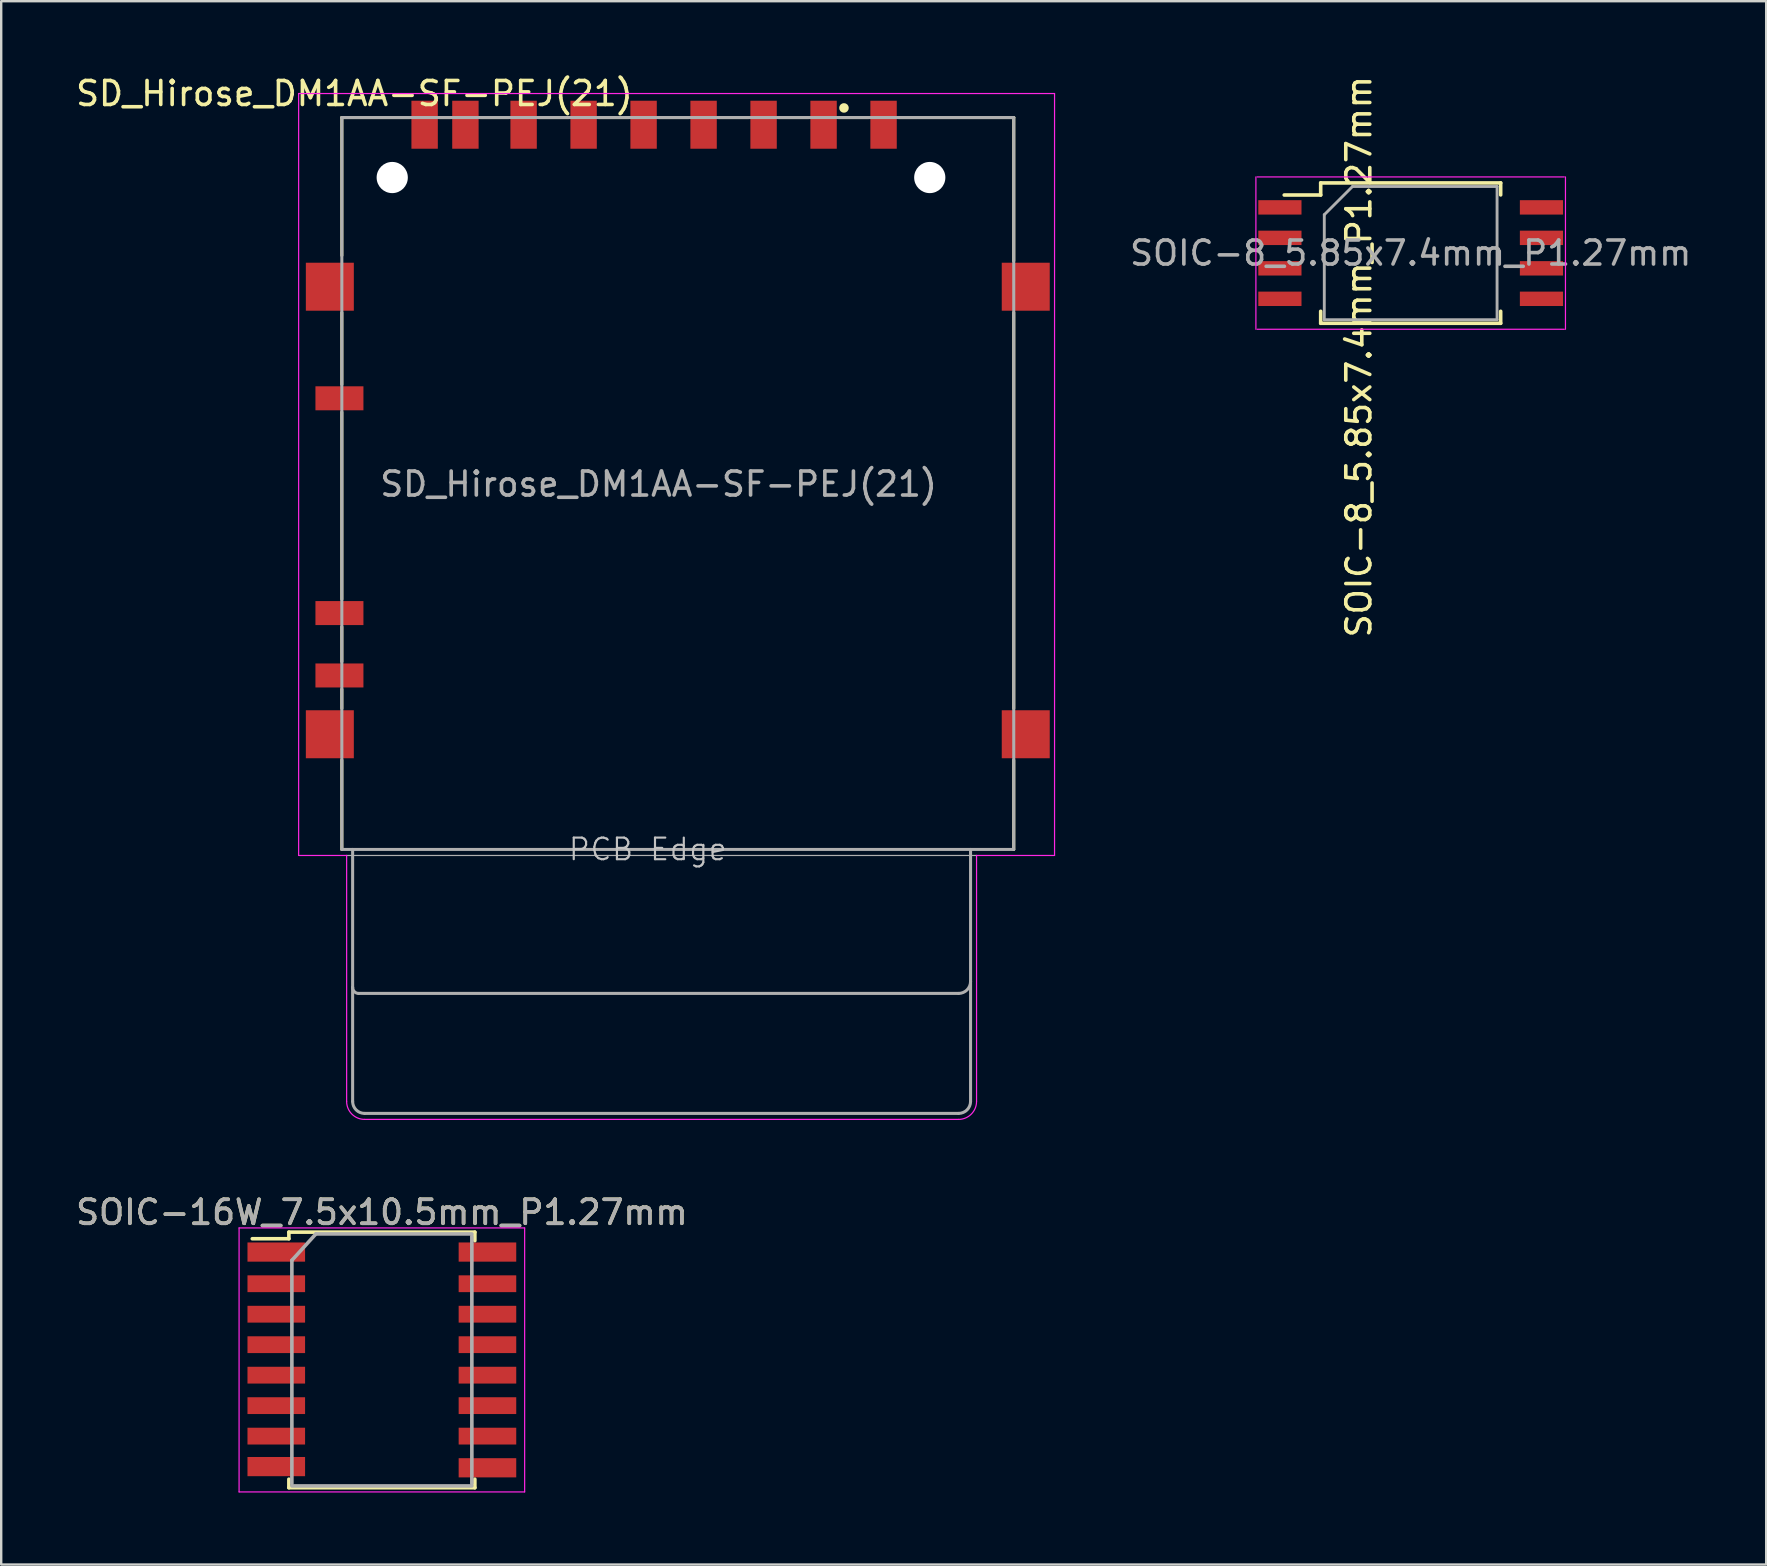
<source format=kicad_pcb>
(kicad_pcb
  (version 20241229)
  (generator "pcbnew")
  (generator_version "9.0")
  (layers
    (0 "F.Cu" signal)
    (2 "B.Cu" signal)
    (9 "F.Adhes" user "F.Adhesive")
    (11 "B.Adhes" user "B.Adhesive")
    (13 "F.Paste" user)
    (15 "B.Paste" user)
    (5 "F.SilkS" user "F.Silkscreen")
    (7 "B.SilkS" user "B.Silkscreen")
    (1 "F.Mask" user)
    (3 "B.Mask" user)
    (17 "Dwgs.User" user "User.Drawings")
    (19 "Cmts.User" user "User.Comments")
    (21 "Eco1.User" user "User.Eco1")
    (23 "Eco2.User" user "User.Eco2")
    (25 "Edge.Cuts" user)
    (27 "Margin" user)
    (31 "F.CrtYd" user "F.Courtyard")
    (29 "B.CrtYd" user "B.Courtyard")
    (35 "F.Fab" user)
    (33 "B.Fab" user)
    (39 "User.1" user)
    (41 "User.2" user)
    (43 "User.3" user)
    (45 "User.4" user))
  (footprint "SOIC-8_5.85x7.4mm_P1.27mm"
    (layer "F.Cu")
    (at 55.736 7.497)
    (property "Reference" "SOIC-8_5.85x7.4mm_P1.27mm" (at -2.159 4.318 90) (layer "F.SilkS") (effects (font (size 1 1) (thickness 0.15))))
    (attr through_hole)
    (fp_line (start -3.75 -2.925) (end -3.75 -2.42) (stroke (width 0.15) (type solid)) (layer "F.SilkS"))
    (fp_line (start -3.75 -2.925) (end 3.75 -2.925) (stroke (width 0.15) (type solid)) (layer "F.SilkS"))
    (fp_line (start -3.75 -2.42) (end -5.27 -2.42) (stroke (width 0.15) (type solid)) (layer "F.SilkS"))
    (fp_line (start -3.75 2.925) (end -3.75 2.425) (stroke (width 0.15) (type solid)) (layer "F.SilkS"))
    (fp_line (start 3.75 -2.925) (end 3.75 -2.425) (stroke (width 0.15) (type solid)) (layer "F.SilkS"))
    (fp_line (start 3.75 2.925) (end -3.75 2.925) (stroke (width 0.15) (type solid)) (layer "F.SilkS"))
    (fp_line (start 3.75 2.925) (end 3.75 2.425) (stroke (width 0.15) (type solid)) (layer "F.SilkS"))
    (fp_line (start -6.45 3.175) (end -6.45 -3.175) (stroke (width 0.05) (type solid)) (layer "F.CrtYd"))
    (fp_line (start -6.4 -3.175) (end 6.4 -3.175) (stroke (width 0.05) (type solid)) (layer "F.CrtYd"))
    (fp_line (start -6.4 3.175) (end 6.4 3.175) (stroke (width 0.05) (type solid)) (layer "F.CrtYd"))
    (fp_line (start 6.45 3.175) (end 6.45 -3.175) (stroke (width 0.05) (type solid)) (layer "F.CrtYd"))
    (fp_line (start -3.6 -1.6) (end -2.425 -2.775) (stroke (width 0.12) (type solid)) (layer "F.Fab"))
    (fp_line (start -3.6 2.775) (end -3.6 -1.6) (stroke (width 0.12) (type solid)) (layer "F.Fab"))
    (fp_line (start -2.425 -2.775) (end 3.6 -2.775) (stroke (width 0.12) (type solid)) (layer "F.Fab"))
    (fp_line (start 3.6 -2.775) (end 3.6 2.775) (stroke (width 0.12) (type solid)) (layer "F.Fab"))
    (fp_line (start 3.6 2.775) (end -3.6 2.775) (stroke (width 0.12) (type solid)) (layer "F.Fab"))
    (fp_text user "${REFERENCE}" (at 0 0 0) (layer "F.Fab") (effects (font (size 1 1) (thickness 0.15))))
    (pad "1" smd rect (at -5.45 -1.905) (size 1.8 0.6) (layers "F.Cu" "F.Mask" "F.Paste"))
    (pad "2" smd rect (at -5.45 -0.635) (size 1.8 0.6) (layers "F.Cu" "F.Mask" "F.Paste"))
    (pad "3" smd rect (at -5.45 0.635) (size 1.8 0.6) (layers "F.Cu" "F.Mask" "F.Paste"))
    (pad "4" smd rect (at -5.45 1.905) (size 1.8 0.6) (layers "F.Cu" "F.Mask" "F.Paste"))
    (pad "5" smd rect (at 5.45 1.905) (size 1.8 0.6) (layers "F.Cu" "F.Mask" "F.Paste"))
    (pad "6" smd rect (at 5.45 0.635) (size 1.8 0.6) (layers "F.Cu" "F.Mask" "F.Paste"))
    (pad "7" smd rect (at 5.45 -0.635) (size 1.8 0.6) (layers "F.Cu" "F.Mask" "F.Paste"))
    (pad "8" smd rect (at 5.45 -1.905) (size 1.8 0.6) (layers "F.Cu" "F.Mask" "F.Paste")))
  (footprint "SD_Hirose_DM1AA-SF-PEJ(21)"
    (layer "F.Cu")
    (at 24.395 17.098)
    (property "Reference" "SD_Hirose_DM1AA-SF-PEJ(21)" (at -12.675 -16.25 0) (layer "F.SilkS") (effects (font (size 1 1) (thickness 0.15))))
    (attr smd)
    (fp_line (start -13.2 -15.25) (end -10.375 -15.25) (stroke (width 0.127) (type solid)) (layer "F.SilkS"))
    (fp_line (start -13.2 -9.5) (end -13.2 -15.25) (stroke (width 0.127) (type solid)) (layer "F.SilkS"))
    (fp_line (start -13.2 -7.125) (end -13.2 -4.125) (stroke (width 0.127) (type solid)) (layer "F.SilkS"))
    (fp_line (start -13.2 -2.975) (end -13.2 4.825) (stroke (width 0.127) (type solid)) (layer "F.SilkS"))
    (fp_line (start -13.2 5.975) (end -13.2 7.425) (stroke (width 0.127) (type solid)) (layer "F.SilkS"))
    (fp_line (start -13.2 8.575) (end -13.2 9.375) (stroke (width 0.127) (type solid)) (layer "F.SilkS"))
    (fp_line (start -13.2 11.525) (end -13.2 15.25) (stroke (width 0.127) (type solid)) (layer "F.SilkS"))
    (fp_line (start -9.125 -15.25) (end -8.675 -15.25) (stroke (width 0.127) (type solid)) (layer "F.SilkS"))
    (fp_line (start -7.425 -15.25) (end -6.25 -15.25) (stroke (width 0.127) (type solid)) (layer "F.SilkS"))
    (fp_line (start -5 -15.25) (end -3.75 -15.25) (stroke (width 0.127) (type solid)) (layer "F.SilkS"))
    (fp_line (start -2.5 -15.25) (end -1.25 -15.25) (stroke (width 0.127) (type solid)) (layer "F.SilkS"))
    (fp_line (start 0 -15.25) (end 1.25 -15.25) (stroke (width 0.127) (type solid)) (layer "F.SilkS"))
    (fp_line (start 2.5 -15.25) (end 3.75 -15.25) (stroke (width 0.127) (type solid)) (layer "F.SilkS"))
    (fp_line (start 5 -15.25) (end 6.25 -15.25) (stroke (width 0.127) (type solid)) (layer "F.SilkS"))
    (fp_line (start 7.5 -15.25) (end 8.75 -15.25) (stroke (width 0.127) (type solid)) (layer "F.SilkS"))
    (fp_line (start 10 -15.25) (end 14.8 -15.25) (stroke (width 0.127) (type solid)) (layer "F.SilkS"))
    (fp_line (start 14.8 -15.25) (end 14.8 -9.275) (stroke (width 0.127) (type solid)) (layer "F.SilkS"))
    (fp_line (start 14.8 -7.125) (end 14.8 9.375) (stroke (width 0.127) (type solid)) (layer "F.SilkS"))
    (fp_line (start 14.8 11.525) (end 14.8 15.25) (stroke (width 0.127) (type solid)) (layer "F.SilkS"))
    (fp_circle (center 7.725 -15.65) (end 7.825 -15.65) (stroke (width 0.2) (type solid)) (fill no) (layer "F.SilkS"))
    (fp_line (start -15 -16.25) (end 16.5 -16.25) (stroke (width 0.05) (type solid)) (layer "F.CrtYd"))
    (fp_line (start -15 15.5) (end -15 -16.25) (stroke (width 0.05) (type solid)) (layer "F.CrtYd"))
    (fp_line (start -13 15.5) (end -15 15.5) (stroke (width 0.05) (type solid)) (layer "F.CrtYd"))
    (fp_line (start -13 15.5) (end -13 25.75) (stroke (width 0.05) (type solid)) (layer "F.CrtYd"))
    (fp_line (start -12.25 26.5) (end 12.5 26.5) (stroke (width 0.05) (type solid)) (layer "F.CrtYd"))
    (fp_line (start 13.25 25.75) (end 13.25 15.5) (stroke (width 0.05) (type solid)) (layer "F.CrtYd"))
    (fp_line (start 16.5 -16.25) (end 16.5 15.5) (stroke (width 0.05) (type solid)) (layer "F.CrtYd"))
    (fp_line (start 16.5 15.5) (end 13.25 15.5) (stroke (width 0.05) (type solid)) (layer "F.CrtYd"))
    (fp_arc (start -12.25 26.5) (mid -12.78033 26.28033) (end -13 25.75) (stroke (width 0.05) (type solid)) (layer "F.CrtYd"))
    (fp_arc (start 13.25 25.75) (mid 13.03033 26.28033) (end 12.5 26.5) (stroke (width 0.05) (type solid)) (layer "F.CrtYd"))
    (fp_line (start -13.2 -15.25) (end 14.8 -15.25) (stroke (width 0.127) (type solid)) (layer "F.Fab"))
    (fp_line (start -13.2 15.25) (end -13.2 -15.25) (stroke (width 0.127) (type solid)) (layer "F.Fab"))
    (fp_line (start -12.75 15.25) (end -12.75 21) (stroke (width 0.127) (type solid)) (layer "F.Fab"))
    (fp_line (start -12.75 25.75) (end -12.75 21) (stroke (width 0.127) (type solid)) (layer "F.Fab"))
    (fp_line (start -12.5 21.25) (end 12.5 21.25) (stroke (width 0.127) (type solid)) (layer "F.Fab"))
    (fp_line (start 12.5 26.25) (end -12.25 26.25) (stroke (width 0.127) (type solid)) (layer "F.Fab"))
    (fp_line (start 13 20.75) (end 13 15.25) (stroke (width 0.127) (type solid)) (layer "F.Fab"))
    (fp_line (start 13 20.75) (end 13 25.75) (stroke (width 0.127) (type solid)) (layer "F.Fab"))
    (fp_line (start 13.25 15.5) (end -13 15.5) (stroke (width 0.05) (type solid)) (layer "F.Fab"))
    (fp_line (start 14.8 -15.25) (end 14.8 15.25) (stroke (width 0.127) (type solid)) (layer "F.Fab"))
    (fp_line (start 14.8 15.25) (end -13.2 15.25) (stroke (width 0.127) (type solid)) (layer "F.Fab"))
    (fp_arc (start -12.5 21.25) (mid -12.676777 21.176777) (end -12.75 21) (stroke (width 0.127) (type solid)) (layer "F.Fab"))
    (fp_arc (start -12.25 26.25) (mid -12.603553 26.103553) (end -12.75 25.75) (stroke (width 0.127) (type solid)) (layer "F.Fab"))
    (fp_arc (start 13 20.75) (mid 12.853553 21.103553) (end 12.5 21.25) (stroke (width 0.127) (type solid)) (layer "F.Fab"))
    (fp_arc (start 13 25.75) (mid 12.853553 26.103553) (end 12.5 26.25) (stroke (width 0.127) (type solid)) (layer "F.Fab"))
    (fp_text user "PCB Edge" (at -0.45 15.245 180) (layer "Dwgs.User") (effects (font (size 0.9 0.9) (thickness 0.09))))
    (fp_text user "${REFERENCE}" (at 0 0.025 0) (layer "F.Fab") (effects (font (size 1 1) (thickness 0.15))))
    (pad "" np_thru_hole circle (at -11.1 -12.75) (size 1.3 1.3) (drill 1.3) (layers "*.Cu" "*.Mask"))
    (pad "" np_thru_hole circle (at 11.3 -12.75) (size 1.3 1.3) (drill 1.3) (layers "*.Cu" "*.Mask"))
    (pad "1" smd rect (at 6.875 -14.95) (size 1.1 2) (layers "F.Cu" "F.Mask" "F.Paste"))
    (pad "2" smd rect (at 4.375 -14.95) (size 1.1 2) (layers "F.Cu" "F.Mask" "F.Paste"))
    (pad "3" smd rect (at 1.875 -14.95) (size 1.1 2) (layers "F.Cu" "F.Mask" "F.Paste"))
    (pad "4" smd rect (at -0.625 -14.95) (size 1.1 2) (layers "F.Cu" "F.Mask" "F.Paste"))
    (pad "5" smd rect (at -3.125 -14.95) (size 1.1 2) (layers "F.Cu" "F.Mask" "F.Paste"))
    (pad "6" smd rect (at -5.625 -14.95) (size 1.1 2) (layers "F.Cu" "F.Mask" "F.Paste"))
    (pad "7" smd rect (at -8.05 -14.95) (size 1.1 2) (layers "F.Cu" "F.Mask" "F.Paste"))
    (pad "8" smd rect (at -9.75 -14.95) (size 1.1 2) (layers "F.Cu" "F.Mask" "F.Paste"))
    (pad "9" smd rect (at 9.375 -14.95) (size 1.1 2) (layers "F.Cu" "F.Mask" "F.Paste"))
    (pad "10" smd rect (at -13.3 -3.55) (size 2 1) (layers "F.Cu" "F.Mask" "F.Paste"))
    (pad "11" smd rect (at -13.3 5.4) (size 2 1) (layers "F.Cu" "F.Mask" "F.Paste"))
    (pad "12" smd rect (at -13.3 8) (size 2 1) (layers "F.Cu" "F.Mask" "F.Paste"))
    (pad "13" smd rect (at -13.7 -8.2) (size 2 2) (layers "F.Cu" "F.Mask" "F.Paste"))
    (pad "14" smd rect (at -13.7 10.45) (size 2 2) (layers "F.Cu" "F.Mask" "F.Paste"))
    (pad "15" smd rect (at 15.3 10.45) (size 2 2) (layers "F.Cu" "F.Mask" "F.Paste"))
    (pad "16" smd rect (at 15.3 -8.2) (size 2 2) (layers "F.Cu" "F.Mask" "F.Paste")))
  (footprint "SOIC-16W_7.5x10.5mm_P1.27mm"
    (layer "F.Cu")
    (at 12.863 53.621)
    (property "Reference" "SOIC-16W_7.5x10.5mm_P1.27mm" (at 0 -6.15 0) (layer "F.SilkS") (effects (font (size 1 1) (thickness 0.15))))
    (attr smd)
    (fp_line (start -3.875 -5.325) (end -3.875 -5.05) (stroke (width 0.15) (type solid)) (layer "F.SilkS"))
    (fp_line (start -3.875 -5.325) (end 3.875 -5.325) (stroke (width 0.15) (type solid)) (layer "F.SilkS"))
    (fp_line (start -3.875 -5.05) (end -5.4 -5.05) (stroke (width 0.15) (type solid)) (layer "F.SilkS"))
    (fp_line (start -3.875 5.325) (end -3.875 4.97) (stroke (width 0.15) (type solid)) (layer "F.SilkS"))
    (fp_line (start -3.875 5.325) (end 3.875 5.325) (stroke (width 0.15) (type solid)) (layer "F.SilkS"))
    (fp_line (start 3.875 -5.325) (end 3.875 -4.97) (stroke (width 0.15) (type solid)) (layer "F.SilkS"))
    (fp_line (start 3.875 5.325) (end 3.875 4.97) (stroke (width 0.15) (type solid)) (layer "F.SilkS"))
    (fp_line (start -5.95 -5.5) (end -5.95 5.5) (stroke (width 0.05) (type solid)) (layer "F.CrtYd"))
    (fp_line (start -5.95 -5.5) (end 5.95 -5.5) (stroke (width 0.05) (type solid)) (layer "F.CrtYd"))
    (fp_line (start -5.95 5.5) (end 5.95 5.5) (stroke (width 0.05) (type solid)) (layer "F.CrtYd"))
    (fp_line (start 5.95 -5.5) (end 5.95 5.5) (stroke (width 0.05) (type solid)) (layer "F.CrtYd"))
    (fp_line (start -3.75 -4.15) (end -2.75 -5.25) (stroke (width 0.15) (type solid)) (layer "F.Fab"))
    (fp_line (start -3.75 5.15) (end -3.75 -4.15) (stroke (width 0.15) (type solid)) (layer "F.Fab"))
    (fp_line (start -2.75 -5.25) (end 3.75 -5.25) (stroke (width 0.15) (type solid)) (layer "F.Fab"))
    (fp_line (start 3.75 -5.15) (end 3.75 5.15) (stroke (width 0.15) (type solid)) (layer "F.Fab"))
    (fp_line (start 3.75 5.25) (end -3.75 5.25) (stroke (width 0.15) (type solid)) (layer "F.Fab"))
    (fp_text user "${REFERENCE}" (at 0 -6.15 0) (layer "F.Fab") (effects (font (size 1 1) (thickness 0.15))))
    (pad "1" smd rect (at -4.4 -4.495) (size 2.4 0.8) (layers "F.Cu" "F.Mask" "F.Paste"))
    (pad "2" smd rect (at -4.4 -3.175) (size 2.4 0.7) (layers "F.Cu" "F.Mask" "F.Paste"))
    (pad "3" smd rect (at -4.4 -1.905) (size 2.4 0.7) (layers "F.Cu" "F.Mask" "F.Paste"))
    (pad "4" smd rect (at -4.4 -0.635) (size 2.4 0.7) (layers "F.Cu" "F.Mask" "F.Paste"))
    (pad "5" smd rect (at -4.4 0.635) (size 2.4 0.7) (layers "F.Cu" "F.Mask" "F.Paste"))
    (pad "6" smd rect (at -4.4 1.905) (size 2.4 0.7) (layers "F.Cu" "F.Mask" "F.Paste"))
    (pad "7" smd rect (at -4.4 3.175) (size 2.4 0.7) (layers "F.Cu" "F.Mask" "F.Paste"))
    (pad "8" smd rect (at -4.4 4.445) (size 2.4 0.8) (layers "F.Cu" "F.Mask" "F.Paste"))
    (pad "9" smd rect (at 4.4 4.495) (size 2.4 0.8) (layers "F.Cu" "F.Mask" "F.Paste"))
    (pad "10" smd rect (at 4.4 3.175) (size 2.4 0.7) (layers "F.Cu" "F.Mask" "F.Paste"))
    (pad "11" smd rect (at 4.4 1.905) (size 2.4 0.7) (layers "F.Cu" "F.Mask" "F.Paste"))
    (pad "12" smd rect (at 4.4 0.635) (size 2.4 0.7) (layers "F.Cu" "F.Mask" "F.Paste"))
    (pad "13" smd rect (at 4.4 -0.635) (size 2.4 0.7) (layers "F.Cu" "F.Mask" "F.Paste"))
    (pad "14" smd rect (at 4.4 -1.905) (size 2.4 0.7) (layers "F.Cu" "F.Mask" "F.Paste"))
    (pad "15" smd rect (at 4.4 -3.175) (size 2.4 0.7) (layers "F.Cu" "F.Mask" "F.Paste"))
    (pad "16" smd rect (at 4.4 -4.495) (size 2.4 0.8) (layers "F.Cu" "F.Mask" "F.Paste")))
  (gr_rect
    (start -3 -3)
    (end 70.551 62.147)
    (stroke (width 0.1) (type default))
    (fill no)
    (layer "Edge.Cuts")))
</source>
